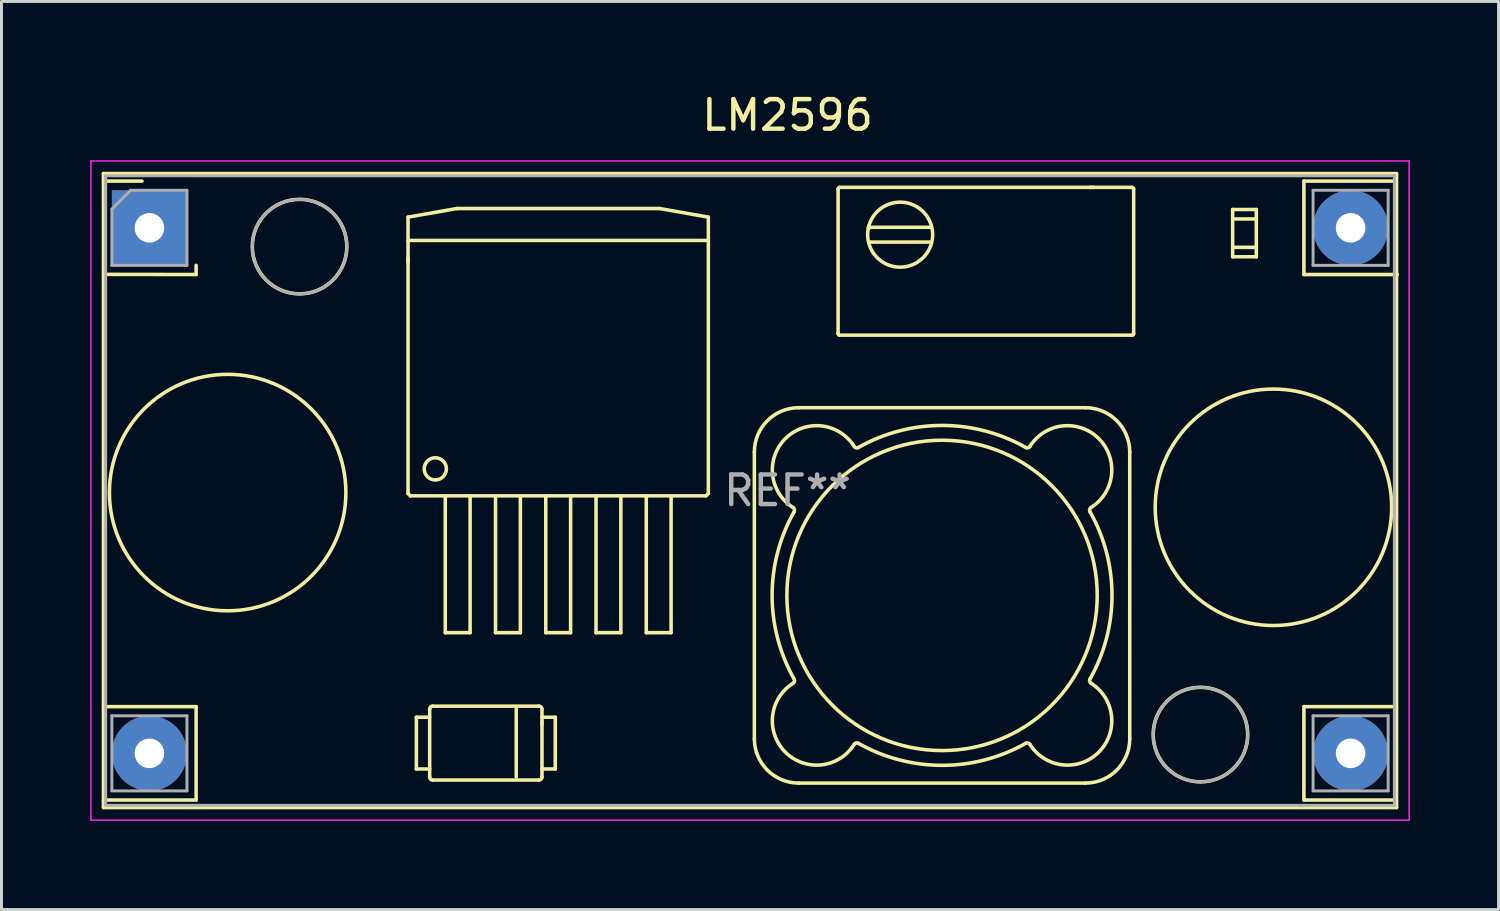
<source format=kicad_pcb>
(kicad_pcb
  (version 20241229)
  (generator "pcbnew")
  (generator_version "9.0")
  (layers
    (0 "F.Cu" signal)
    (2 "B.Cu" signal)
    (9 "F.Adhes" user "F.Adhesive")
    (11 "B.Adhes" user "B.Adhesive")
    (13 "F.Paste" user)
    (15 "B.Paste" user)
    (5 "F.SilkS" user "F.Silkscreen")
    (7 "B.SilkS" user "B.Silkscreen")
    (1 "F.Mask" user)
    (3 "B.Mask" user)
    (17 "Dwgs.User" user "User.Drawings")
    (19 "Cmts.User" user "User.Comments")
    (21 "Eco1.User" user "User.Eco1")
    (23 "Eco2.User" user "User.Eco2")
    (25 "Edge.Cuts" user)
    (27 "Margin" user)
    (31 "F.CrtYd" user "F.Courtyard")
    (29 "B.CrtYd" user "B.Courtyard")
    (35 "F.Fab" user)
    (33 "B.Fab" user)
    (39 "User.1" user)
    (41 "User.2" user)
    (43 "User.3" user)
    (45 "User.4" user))
  (footprint "LM2596"
    (layer "F.Cu")
    (at 2.005 4.658)
    (property "Reference" "LM2596" (at 21.59 -3.81 0) (layer "F.SilkS") (effects (font (size 1 1) (thickness 0.15))))
    (attr through_hole)
    (fp_line (start -1.555 -1.835) (end -1.555 19.615) (stroke (width 0.12) (type solid)) (layer "F.SilkS"))
    (fp_line (start -1.555 19.615) (end 42.195 19.615) (stroke (width 0.12) (type solid)) (layer "F.SilkS"))
    (fp_line (start -1.55 -1.58) (end -0.25 -1.58) (stroke (width 0.12) (type solid)) (layer "F.SilkS"))
    (fp_line (start -1.55 1.575) (end 1.58 1.58) (stroke (width 0.12) (type solid)) (layer "F.SilkS"))
    (fp_line (start -1.55 16.2) (end 1.58 16.2) (stroke (width 0.12) (type solid)) (layer "F.SilkS"))
    (fp_line (start -1.55 19.36) (end 1.58 19.36) (stroke (width 0.12) (type solid)) (layer "F.SilkS"))
    (fp_line (start 1.58 1.27) (end 1.58 1.58) (stroke (width 0.12) (type solid)) (layer "F.SilkS"))
    (fp_line (start 1.58 16.2) (end 1.58 19.36) (stroke (width 0.12) (type solid)) (layer "F.SilkS"))
    (fp_line (start 8.749 1.004) (end 8.749 1.166) (stroke (width 0.12) (type solid)) (layer "F.SilkS"))
    (fp_line (start 8.75 -0.362) (end 10.4 -0.653) (stroke (width 0.12) (type solid)) (layer "F.SilkS"))
    (fp_line (start 8.75 8.989) (end 8.75 -0.362) (stroke (width 0.12) (type solid)) (layer "F.SilkS"))
    (fp_line (start 8.75 8.989) (end 8.828 9.067) (stroke (width 0.12) (type solid)) (layer "F.SilkS"))
    (fp_line (start 8.828 9.067) (end 18.833 9.067) (stroke (width 0.12) (type solid)) (layer "F.SilkS"))
    (fp_line (start 9.032 16.558) (end 9.482 16.558) (stroke (width 0.12) (type solid)) (layer "F.SilkS"))
    (fp_line (start 9.032 18.308) (end 9.032 16.558) (stroke (width 0.12) (type solid)) (layer "F.SilkS"))
    (fp_line (start 9.482 18.308) (end 9.032 18.308) (stroke (width 0.12) (type solid)) (layer "F.SilkS"))
    (fp_line (start 9.482 18.583) (end 9.482 16.283) (stroke (width 0.12) (type solid)) (layer "F.SilkS"))
    (fp_line (start 9.582 16.183) (end 13.182 16.183) (stroke (width 0.12) (type solid)) (layer "F.SilkS"))
    (fp_line (start 10.01 13.697) (end 10.01 9.067) (stroke (width 0.12) (type solid)) (layer "F.SilkS"))
    (fp_line (start 10.01 13.697) (end 10.85 13.697) (stroke (width 0.12) (type solid)) (layer "F.SilkS"))
    (fp_line (start 10.4 -0.653) (end 17.26 -0.653) (stroke (width 0.12) (type solid)) (layer "F.SilkS"))
    (fp_line (start 10.85 13.697) (end 10.85 9.067) (stroke (width 0.12) (type solid)) (layer "F.SilkS"))
    (fp_line (start 11.71 13.697) (end 11.71 9.067) (stroke (width 0.12) (type solid)) (layer "F.SilkS"))
    (fp_line (start 11.71 13.697) (end 12.55 13.697) (stroke (width 0.12) (type solid)) (layer "F.SilkS"))
    (fp_line (start 12.411 16.283) (end 12.411 18.583) (stroke (width 0.12) (type solid)) (layer "F.SilkS"))
    (fp_line (start 12.55 13.697) (end 12.55 9.067) (stroke (width 0.12) (type solid)) (layer "F.SilkS"))
    (fp_line (start 13.182 18.683) (end 9.582 18.683) (stroke (width 0.12) (type solid)) (layer "F.SilkS"))
    (fp_line (start 13.282 16.283) (end 13.282 18.583) (stroke (width 0.12) (type solid)) (layer "F.SilkS"))
    (fp_line (start 13.282 16.558) (end 13.732 16.558) (stroke (width 0.12) (type solid)) (layer "F.SilkS"))
    (fp_line (start 13.283 16.795) (end 13.283 16.7) (stroke (width 0.12) (type solid)) (layer "F.SilkS"))
    (fp_line (start 13.41 13.697) (end 13.41 9.067) (stroke (width 0.12) (type solid)) (layer "F.SilkS"))
    (fp_line (start 13.41 13.697) (end 14.25 13.697) (stroke (width 0.12) (type solid)) (layer "F.SilkS"))
    (fp_line (start 13.732 16.558) (end 13.732 18.308) (stroke (width 0.12) (type solid)) (layer "F.SilkS"))
    (fp_line (start 13.732 18.308) (end 13.282 18.308) (stroke (width 0.12) (type solid)) (layer "F.SilkS"))
    (fp_line (start 14.25 13.697) (end 14.25 9.067) (stroke (width 0.12) (type solid)) (layer "F.SilkS"))
    (fp_line (start 15.11 13.697) (end 15.11 9.067) (stroke (width 0.12) (type solid)) (layer "F.SilkS"))
    (fp_line (start 15.11 13.697) (end 15.95 13.697) (stroke (width 0.12) (type solid)) (layer "F.SilkS"))
    (fp_line (start 15.95 13.697) (end 15.95 9.067) (stroke (width 0.12) (type solid)) (layer "F.SilkS"))
    (fp_line (start 16.81 13.697) (end 16.81 9.067) (stroke (width 0.12) (type solid)) (layer "F.SilkS"))
    (fp_line (start 16.81 13.697) (end 17.65 13.697) (stroke (width 0.12) (type solid)) (layer "F.SilkS"))
    (fp_line (start 17.26 -0.653) (end 18.91 -0.362) (stroke (width 0.12) (type solid)) (layer "F.SilkS"))
    (fp_line (start 17.65 13.697) (end 17.65 9.067) (stroke (width 0.12) (type solid)) (layer "F.SilkS"))
    (fp_line (start 18.833 9.067) (end 18.91 8.989) (stroke (width 0.12) (type solid)) (layer "F.SilkS"))
    (fp_line (start 18.91 0.427) (end 8.75 0.427) (stroke (width 0.12) (type solid)) (layer "F.SilkS"))
    (fp_line (start 18.91 8.989) (end 18.91 -0.362) (stroke (width 0.12) (type solid)) (layer "F.SilkS"))
    (fp_line (start 20.467 7.586) (end 20.467 17.286) (stroke (width 0.12) (type solid)) (layer "F.SilkS"))
    (fp_line (start 21.967 18.786) (end 31.667 18.786) (stroke (width 0.12) (type solid)) (layer "F.SilkS"))
    (fp_line (start 23.3 3.582) (end 23.3 -1.318) (stroke (width 0.12) (type solid)) (layer "F.SilkS"))
    (fp_line (start 23.35 -1.368) (end 33.25 -1.368) (stroke (width 0.12) (type solid)) (layer "F.SilkS"))
    (fp_line (start 24.336 -0.049) (end 24.361 -0.018) (stroke (width 0.12) (type solid)) (layer "F.SilkS"))
    (fp_line (start 24.349 0.007) (end 24.324 0.002) (stroke (width 0.12) (type solid)) (layer "F.SilkS"))
    (fp_line (start 24.349 0.007) (end 24.356 -0.024) (stroke (width 0.12) (type solid)) (layer "F.SilkS"))
    (fp_line (start 24.349 0.007) (end 24.361 -0.018) (stroke (width 0.12) (type solid)) (layer "F.SilkS"))
    (fp_line (start 24.361 0.482) (end 26.439 0.482) (stroke (width 0.12) (type solid)) (layer "F.SilkS"))
    (fp_line (start 26.439 -0.018) (end 24.361 -0.018) (stroke (width 0.12) (type solid)) (layer "F.SilkS"))
    (fp_line (start 31.667 6.086) (end 21.967 6.086) (stroke (width 0.12) (type solid)) (layer "F.SilkS"))
    (fp_line (start 31.859 -1.369) (end 31.814 -1.369) (stroke (width 0.12) (type solid)) (layer "F.SilkS"))
    (fp_line (start 31.942 -1.369) (end 31.908 -1.369) (stroke (width 0.12) (type solid)) (layer "F.SilkS"))
    (fp_line (start 33.167 17.286) (end 33.167 7.586) (stroke (width 0.12) (type solid)) (layer "F.SilkS"))
    (fp_line (start 33.25 3.632) (end 23.35 3.632) (stroke (width 0.12) (type solid)) (layer "F.SilkS"))
    (fp_line (start 33.3 -1.318) (end 33.3 3.582) (stroke (width 0.12) (type solid)) (layer "F.SilkS"))
    (fp_line (start 36.649 -0.3) (end 37.449 -0.3) (stroke (width 0.12) (type solid)) (layer "F.SilkS"))
    (fp_line (start 36.649 0.98) (end 36.649 -0.62) (stroke (width 0.12) (type solid)) (layer "F.SilkS"))
    (fp_line (start 37.449 -0.62) (end 36.649 -0.62) (stroke (width 0.12) (type solid)) (layer "F.SilkS"))
    (fp_line (start 37.449 -0.62) (end 37.449 0.98) (stroke (width 0.12) (type solid)) (layer "F.SilkS"))
    (fp_line (start 37.449 0.66) (end 36.649 0.66) (stroke (width 0.12) (type solid)) (layer "F.SilkS"))
    (fp_line (start 37.449 0.98) (end 36.649 0.98) (stroke (width 0.12) (type solid)) (layer "F.SilkS"))
    (fp_line (start 39.06 -1.58) (end 42.175 -1.58) (stroke (width 0.12) (type solid)) (layer "F.SilkS"))
    (fp_line (start 39.06 1.58) (end 39.06 -1.58) (stroke (width 0.12) (type solid)) (layer "F.SilkS"))
    (fp_line (start 39.06 1.58) (end 42.22 1.58) (stroke (width 0.12) (type solid)) (layer "F.SilkS"))
    (fp_line (start 39.06 16.2) (end 42.175 16.2) (stroke (width 0.12) (type solid)) (layer "F.SilkS"))
    (fp_line (start 39.06 19.36) (end 39.06 16.2) (stroke (width 0.12) (type solid)) (layer "F.SilkS"))
    (fp_line (start 39.06 19.36) (end 42.175 19.36) (stroke (width 0.12) (type solid)) (layer "F.SilkS"))
    (fp_line (start 42.195 -1.835) (end -1.555 -1.835) (stroke (width 0.12) (type solid)) (layer "F.SilkS"))
    (fp_line (start 42.195 19.615) (end 42.195 -1.835) (stroke (width 0.12) (type solid)) (layer "F.SilkS"))
    (fp_arc (start 9.481636 16.283217) (mid 9.510925 16.212506) (end 9.581636 16.183217) (stroke (width 0.12) (type solid)) (layer "F.SilkS"))
    (fp_arc (start 9.581636 18.683217) (mid 9.510925 18.653928) (end 9.481636 18.583217) (stroke (width 0.12) (type solid)) (layer "F.SilkS"))
    (fp_arc (start 13.181636 16.183217) (mid 13.252347 16.212506) (end 13.281636 16.283217) (stroke (width 0.12) (type solid)) (layer "F.SilkS"))
    (fp_arc (start 13.281636 18.583217) (mid 13.252347 18.653928) (end 13.181636 18.683217) (stroke (width 0.12) (type solid)) (layer "F.SilkS"))
    (fp_arc (start 20.467397 7.585796) (mid 20.906737 6.525136) (end 21.967397 6.085796) (stroke (width 0.12) (type solid)) (layer "F.SilkS"))
    (fp_arc (start 21.781131 9.46601) (mid 21.825145 9.526245) (end 21.815218 9.600183) (stroke (width 0.12) (type solid)) (layer "F.SilkS"))
    (fp_arc (start 21.781132 9.466011) (mid 21.514096 7.132496) (end 23.847611 7.399531) (stroke (width 0.12) (type solid)) (layer "F.SilkS"))
    (fp_arc (start 21.815217 15.271409) (mid 21.825145 15.345347) (end 21.781132 15.405582) (stroke (width 0.12) (type solid)) (layer "F.SilkS"))
    (fp_arc (start 21.815218 15.27141) (mid 21.067397 12.435796) (end 21.815218 9.600183) (stroke (width 0.12) (type solid)) (layer "F.SilkS"))
    (fp_arc (start 21.967397 18.785796) (mid 20.906737 18.346456) (end 20.467397 17.285796) (stroke (width 0.12) (type solid)) (layer "F.SilkS"))
    (fp_arc (start 23.299783 -1.317705) (mid 23.314428 -1.35306) (end 23.349783 -1.367705) (stroke (width 0.12) (type solid)) (layer "F.SilkS"))
    (fp_arc (start 23.349783 3.632294) (mid 23.314428 3.617649) (end 23.299783 3.582294) (stroke (width 0.12) (type solid)) (layer "F.SilkS"))
    (fp_arc (start 23.847611 17.472062) (mid 21.514095 17.739097) (end 21.781132 15.405582) (stroke (width 0.12) (type solid)) (layer "F.SilkS"))
    (fp_arc (start 23.847611 17.472062) (mid 23.907845 17.428049) (end 23.981783 17.437976) (stroke (width 0.12) (type solid)) (layer "F.SilkS"))
    (fp_arc (start 23.981783 7.433617) (mid 23.907845 7.443544) (end 23.847611 7.399531) (stroke (width 0.12) (type solid)) (layer "F.SilkS"))
    (fp_arc (start 23.981784 7.433617) (mid 26.817397 6.685796) (end 29.653011 7.433617) (stroke (width 0.12) (type solid)) (layer "F.SilkS"))
    (fp_arc (start 24.324148 0.462527) (mid 26.469605 -0.023594) (end 24.336385 0.51369) (stroke (width 0.12) (type solid)) (layer "F.SilkS"))
    (fp_arc (start 29.653011 17.437976) (mid 26.817397 18.185797) (end 23.981783 17.437976) (stroke (width 0.12) (type solid)) (layer "F.SilkS"))
    (fp_arc (start 29.653011 17.437976) (mid 29.726949 17.428049) (end 29.787183 17.472062) (stroke (width 0.12) (type solid)) (layer "F.SilkS"))
    (fp_arc (start 29.787183 7.399531) (mid 29.726949 7.443544) (end 29.653011 7.433617) (stroke (width 0.12) (type solid)) (layer "F.SilkS"))
    (fp_arc (start 29.787183 7.399531) (mid 32.120699 7.132496) (end 31.853662 9.466011) (stroke (width 0.12) (type solid)) (layer "F.SilkS"))
    (fp_arc (start 31.667397 6.085796) (mid 32.728057 6.525136) (end 33.167397 7.585796) (stroke (width 0.12) (type solid)) (layer "F.SilkS"))
    (fp_arc (start 31.819576 9.600183) (mid 32.567397 12.435796) (end 31.819576 15.27141) (stroke (width 0.12) (type solid)) (layer "F.SilkS"))
    (fp_arc (start 31.819577 9.600184) (mid 31.809649 9.526246) (end 31.853662 9.466011) (stroke (width 0.12) (type solid)) (layer "F.SilkS"))
    (fp_arc (start 31.853662 15.405582) (mid 32.120698 17.739097) (end 29.787183 17.472062) (stroke (width 0.12) (type solid)) (layer "F.SilkS"))
    (fp_arc (start 31.853663 15.405583) (mid 31.809649 15.345348) (end 31.819576 15.27141) (stroke (width 0.12) (type solid)) (layer "F.SilkS"))
    (fp_arc (start 33.167397 17.285796) (mid 32.728057 18.346456) (end 31.667397 18.785796) (stroke (width 0.12) (type solid)) (layer "F.SilkS"))
    (fp_arc (start 33.249783 -1.367705) (mid 33.285138 -1.35306) (end 33.299783 -1.317705) (stroke (width 0.12) (type solid)) (layer "F.SilkS"))
    (fp_arc (start 33.299783 3.582294) (mid 33.285138 3.617649) (end 33.249783 3.632294) (stroke (width 0.12) (type solid)) (layer "F.SilkS"))
    (fp_circle (center 2.647 8.957) (end 6.647 8.957) (stroke (width 0.12) (type solid)) (fill no) (layer "F.SilkS"))
    (fp_circle (center 5.08 0.635) (end 6.679 0.635) (stroke (width 0.12) (type solid)) (fill no) (layer "F.SilkS"))
    (fp_circle (center 9.673 8.155) (end 10.048 8.155) (stroke (width 0.12) (type solid)) (fill no) (layer "F.SilkS"))
    (fp_circle (center 26.817 12.436) (end 32.067 12.436) (stroke (width 0.12) (type solid)) (fill no) (layer "F.SilkS"))
    (fp_circle (center 35.56 17.145) (end 37.159 17.145) (stroke (width 0.12) (type solid)) (fill no) (layer "F.SilkS"))
    (fp_circle (center 38.029 9.455) (end 42.029 9.455) (stroke (width 0.12) (type solid)) (fill no) (layer "F.SilkS"))
    (fp_line (start -1.98 -2.26) (end 42.62 -2.26) (stroke (width 0.05) (type solid)) (layer "F.CrtYd"))
    (fp_line (start -1.98 20.04) (end -1.98 -2.26) (stroke (width 0.05) (type solid)) (layer "F.CrtYd"))
    (fp_line (start 42.62 -2.26) (end 42.62 20.04) (stroke (width 0.05) (type solid)) (layer "F.CrtYd"))
    (fp_line (start 42.62 20.04) (end -1.98 20.04) (stroke (width 0.05) (type solid)) (layer "F.CrtYd"))
    (fp_line (start -1.48 -1.76) (end -1.48 19.54) (stroke (width 0.1) (type solid)) (layer "F.Fab"))
    (fp_line (start -1.48 19.54) (end 42.12 19.54) (stroke (width 0.1) (type solid)) (layer "F.Fab"))
    (fp_line (start -1.27 -0.635) (end -0.635 -1.27) (stroke (width 0.1) (type solid)) (layer "F.Fab"))
    (fp_line (start -1.27 1.27) (end -1.27 -0.635) (stroke (width 0.1) (type solid)) (layer "F.Fab"))
    (fp_line (start -1.27 16.51) (end 1.27 16.51) (stroke (width 0.1) (type solid)) (layer "F.Fab"))
    (fp_line (start -1.27 19.05) (end -1.27 16.51) (stroke (width 0.1) (type solid)) (layer "F.Fab"))
    (fp_line (start -0.635 -1.27) (end 1.27 -1.27) (stroke (width 0.1) (type solid)) (layer "F.Fab"))
    (fp_line (start 1.27 -1.27) (end 1.27 1.27) (stroke (width 0.1) (type solid)) (layer "F.Fab"))
    (fp_line (start 1.27 1.27) (end -1.27 1.27) (stroke (width 0.1) (type solid)) (layer "F.Fab"))
    (fp_line (start 1.27 16.51) (end 1.27 19.05) (stroke (width 0.1) (type solid)) (layer "F.Fab"))
    (fp_line (start 1.27 19.05) (end -1.27 19.05) (stroke (width 0.1) (type solid)) (layer "F.Fab"))
    (fp_line (start 39.37 -1.27) (end 41.91 -1.27) (stroke (width 0.1) (type solid)) (layer "F.Fab"))
    (fp_line (start 39.37 1.27) (end 39.37 -1.27) (stroke (width 0.1) (type solid)) (layer "F.Fab"))
    (fp_line (start 39.37 16.51) (end 41.91 16.51) (stroke (width 0.1) (type solid)) (layer "F.Fab"))
    (fp_line (start 39.37 19.05) (end 39.37 16.51) (stroke (width 0.1) (type solid)) (layer "F.Fab"))
    (fp_line (start 41.91 -1.27) (end 41.91 1.27) (stroke (width 0.1) (type solid)) (layer "F.Fab"))
    (fp_line (start 41.91 1.27) (end 39.37 1.27) (stroke (width 0.1) (type solid)) (layer "F.Fab"))
    (fp_line (start 41.91 16.51) (end 41.91 19.05) (stroke (width 0.1) (type solid)) (layer "F.Fab"))
    (fp_line (start 41.91 19.05) (end 39.37 19.05) (stroke (width 0.1) (type solid)) (layer "F.Fab"))
    (fp_line (start 42.12 -1.76) (end -1.48 -1.76) (stroke (width 0.1) (type solid)) (layer "F.Fab"))
    (fp_line (start 42.12 19.54) (end 42.12 -1.76) (stroke (width 0.1) (type solid)) (layer "F.Fab"))
    (fp_circle (center 5.08 0.635) (end 6.679 0.635) (stroke (width 0.1) (type solid)) (fill no) (layer "F.Fab"))
    (fp_circle (center 35.56 17.145) (end 37.159 17.145) (stroke (width 0.1) (type solid)) (fill no) (layer "F.Fab"))
    (fp_text user "REF**" (at 21.59 8.89 0) (layer "F.Fab") (effects (font (size 1 1) (thickness 0.15))))
    (pad "1" thru_hole rect (at 0 0) (size 2.54 2.54) (drill 1) (layers "*.Cu" "*.Mask"))
    (pad "2" thru_hole circle (at 0 17.78) (size 2.54 2.54) (drill 1) (layers "*.Cu" "*.Mask"))
    (pad "3" thru_hole circle (at 40.64 17.78) (size 2.54 2.54) (drill 1) (layers "*.Cu" "*.Mask"))
    (pad "4" thru_hole circle (at 40.64 0) (size 2.54 2.54) (drill 1) (layers "*.Cu" "*.Mask")))
  (gr_rect
    (start -3 -3)
    (end 47.65 27.723)
    (stroke (width 0.1) (type default))
    (fill no)
    (layer "Edge.Cuts")))
</source>
